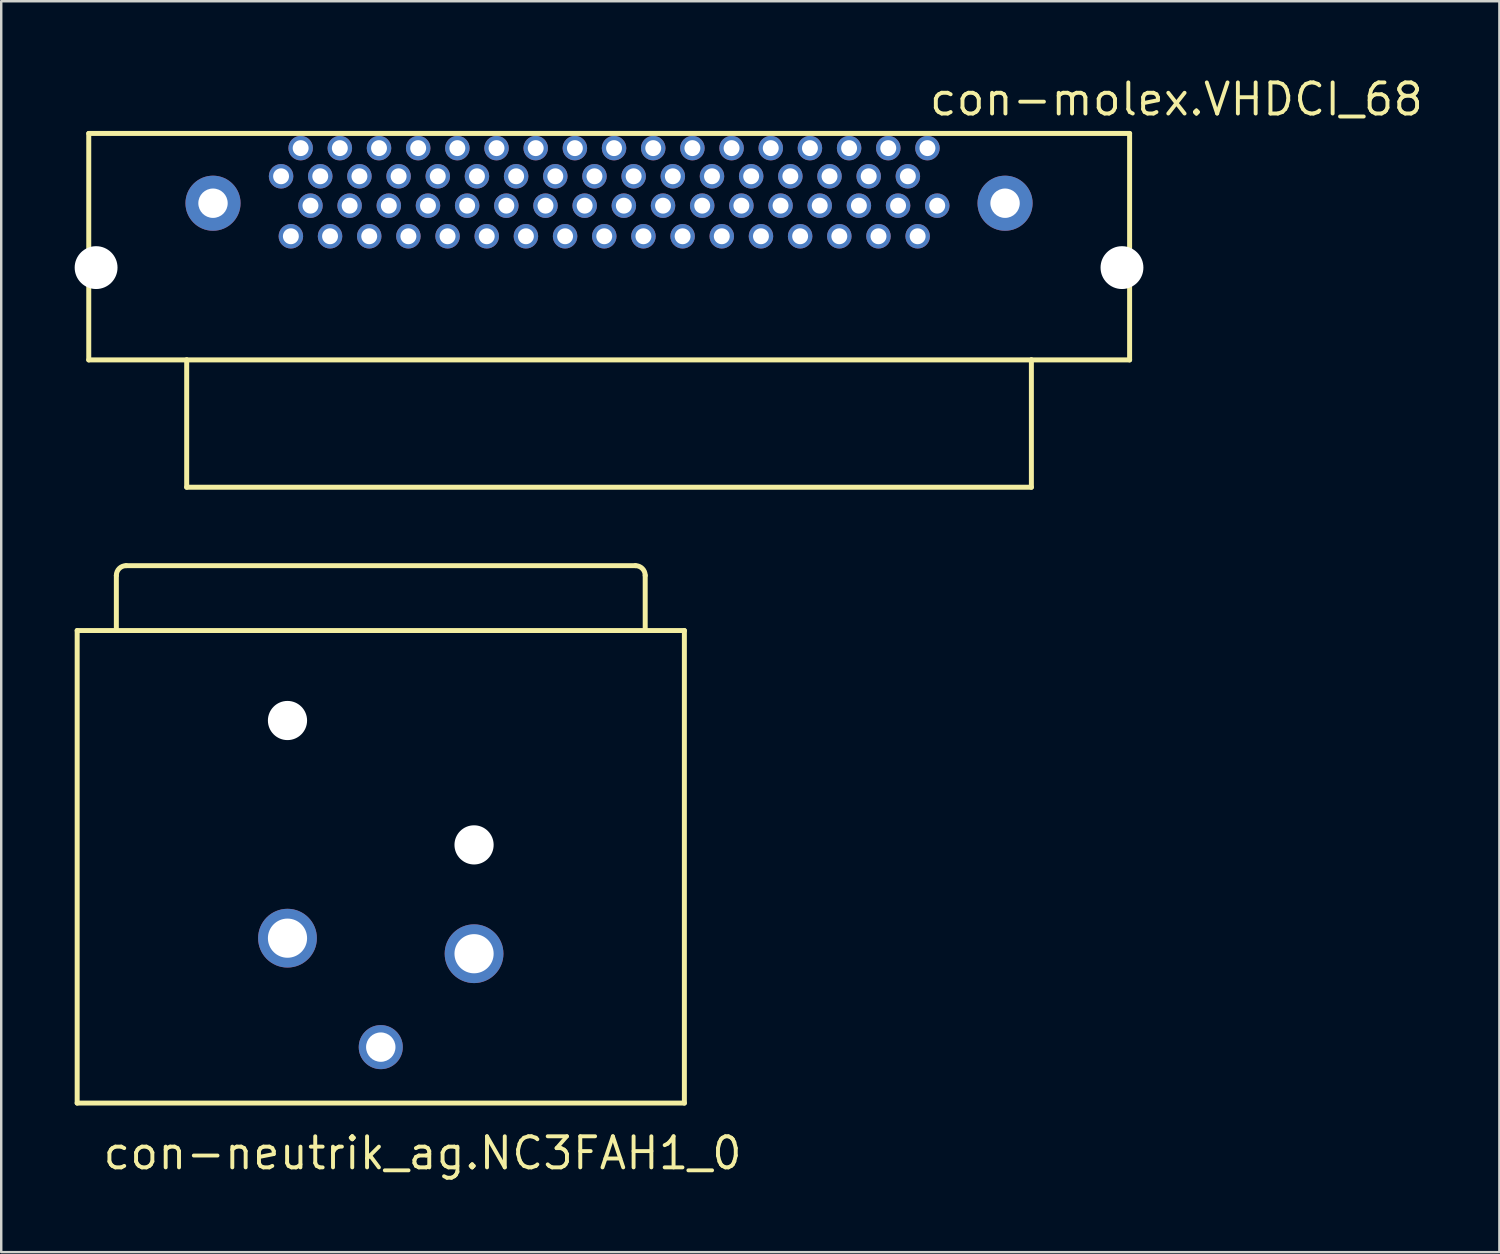
<source format=kicad_pcb>
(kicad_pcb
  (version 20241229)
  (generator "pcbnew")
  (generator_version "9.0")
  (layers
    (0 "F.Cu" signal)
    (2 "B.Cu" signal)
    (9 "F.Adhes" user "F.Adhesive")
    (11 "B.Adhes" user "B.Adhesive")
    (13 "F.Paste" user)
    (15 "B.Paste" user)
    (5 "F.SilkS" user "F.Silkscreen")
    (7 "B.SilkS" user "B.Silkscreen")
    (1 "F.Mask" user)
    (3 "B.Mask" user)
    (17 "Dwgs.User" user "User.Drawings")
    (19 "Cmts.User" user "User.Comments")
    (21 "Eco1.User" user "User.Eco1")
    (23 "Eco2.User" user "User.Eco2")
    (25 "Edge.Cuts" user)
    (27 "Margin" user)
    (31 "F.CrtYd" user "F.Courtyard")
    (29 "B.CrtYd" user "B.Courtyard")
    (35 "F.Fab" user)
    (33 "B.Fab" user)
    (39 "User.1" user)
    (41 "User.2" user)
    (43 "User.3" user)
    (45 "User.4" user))
  (footprint "con-neutrik_ag.NC3FAH1_0"
    (layer "F.Cu")
    (at 12.502 35.903)
    (property "Reference" "con-neutrik_ag.NC3FAH1_0" (at -11.43 8.89 0) (layer "F.SilkS") (effects (font (size 1.27 1.27) (thickness 0.16)) (justify left bottom)))
    (attr through_hole)
    (fp_line (start -12.4 -13.2) (end 12.4 -13.2) (stroke (width 0.203) (type default)) (layer "F.SilkS"))
    (fp_line (start -12.4 6.1) (end -12.4 -13.2) (stroke (width 0.203) (type default)) (layer "F.SilkS"))
    (fp_line (start -10.8 -13.3) (end -10.8 -15.45) (stroke (width 0.203) (type default)) (layer "F.SilkS"))
    (fp_line (start -10.4 -15.85) (end 10.4 -15.85) (stroke (width 0.203) (type default)) (layer "F.SilkS"))
    (fp_line (start 10.8 -15.45) (end 10.8 -13.3) (stroke (width 0.203) (type default)) (layer "F.SilkS"))
    (fp_line (start 12.4 -13.2) (end 12.4 6.1) (stroke (width 0.203) (type default)) (layer "F.SilkS"))
    (fp_line (start 12.4 6.1) (end -12.4 6.1) (stroke (width 0.203) (type default)) (layer "F.SilkS"))
    (fp_arc (start -10.8 -15.45) (mid -10.682843 -15.732843) (end -10.4 -15.85) (stroke (width 0.2032) (type default)) (layer "F.SilkS"))
    (fp_arc (start 10.4 -15.85) (mid 10.682843 -15.732843) (end 10.8 -15.45) (stroke (width 0.2032) (type default)) (layer "F.SilkS"))
    (pad "" np_thru_hole circle (at -3.81 -9.525) (size 1.6 1.6) (drill 1.6) (layers "*.Cu" "*.Mask"))
    (pad "" np_thru_hole circle (at 3.81 -4.445) (size 1.6 1.6) (drill 1.6) (layers "*.Cu" "*.Mask"))
    (pad "1+G" thru_hole circle (at -3.81 -0.635) (size 2.4 2.4) (drill 1.6) (layers "*.Cu" "*.Mask"))
    (pad "2" thru_hole circle (at 3.81 0) (size 2.4 2.4) (drill 1.6) (layers "*.Cu" "*.Mask"))
    (pad "3" thru_hole circle (at 0 3.815) (size 1.8 1.8) (drill 1.2) (layers "*.Cu" "*.Mask")))
  (footprint "con-molex.VHDCI_68"
    (layer "F.Cu")
    (at 21.825 5.25)
    (property "Reference" "con-molex.VHDCI_68" (at 13 -3.5 0) (layer "F.SilkS") (effects (font (size 1.27 1.27) (thickness 0.16)) (justify left bottom)))
    (attr through_hole)
    (fp_line (start -21.25 -2.85) (end -21.25 6.4) (stroke (width 0.203) (type default)) (layer "F.SilkS"))
    (fp_line (start -21.25 6.4) (end -17.25 6.4) (stroke (width 0.203) (type default)) (layer "F.SilkS"))
    (fp_line (start -17.25 6.4) (end -17.25 11.6) (stroke (width 0.203) (type default)) (layer "F.SilkS"))
    (fp_line (start -17.25 6.4) (end 17.25 6.4) (stroke (width 0.203) (type default)) (layer "F.SilkS"))
    (fp_line (start -17.25 11.6) (end 17.25 11.6) (stroke (width 0.203) (type default)) (layer "F.SilkS"))
    (fp_line (start 17.25 6.4) (end 21.262 6.4) (stroke (width 0.203) (type default)) (layer "F.SilkS"))
    (fp_line (start 17.25 11.6) (end 17.25 6.4) (stroke (width 0.203) (type default)) (layer "F.SilkS"))
    (fp_line (start 21.262 -2.85) (end -21.25 -2.85) (stroke (width 0.203) (type default)) (layer "F.SilkS"))
    (fp_line (start 21.262 6.4) (end 21.262 -2.85) (stroke (width 0.203) (type default)) (layer "F.SilkS"))
    (pad "" np_thru_hole circle (at -20.95 2.63) (size 1.75 1.75) (drill 1.75) (layers "*.Cu" "*.Mask"))
    (pad "" np_thru_hole circle (at 20.95 2.63) (size 1.75 1.75) (drill 1.75) (layers "*.Cu" "*.Mask"))
    (pad "1" thru_hole circle (at 13.005 -2.25) (size 1 1) (drill 0.65) (layers "*.Cu" "*.Mask"))
    (pad "2" thru_hole circle (at 12.205 -1.1) (size 1 1) (drill 0.65) (layers "*.Cu" "*.Mask"))
    (pad "3" thru_hole circle (at 11.405 -2.25) (size 1 1) (drill 0.65) (layers "*.Cu" "*.Mask"))
    (pad "4" thru_hole circle (at 10.605 -1.1) (size 1 1) (drill 0.65) (layers "*.Cu" "*.Mask"))
    (pad "5" thru_hole circle (at 9.805 -2.25) (size 1 1) (drill 0.65) (layers "*.Cu" "*.Mask"))
    (pad "6" thru_hole circle (at 9.005 -1.1) (size 1 1) (drill 0.65) (layers "*.Cu" "*.Mask"))
    (pad "7" thru_hole circle (at 8.205 -2.25) (size 1 1) (drill 0.65) (layers "*.Cu" "*.Mask"))
    (pad "8" thru_hole circle (at 7.405 -1.1) (size 1 1) (drill 0.65) (layers "*.Cu" "*.Mask"))
    (pad "9" thru_hole circle (at 6.605 -2.25) (size 1 1) (drill 0.65) (layers "*.Cu" "*.Mask"))
    (pad "10" thru_hole circle (at 5.805 -1.1) (size 1 1) (drill 0.65) (layers "*.Cu" "*.Mask"))
    (pad "11" thru_hole circle (at 5.005 -2.25) (size 1 1) (drill 0.65) (layers "*.Cu" "*.Mask"))
    (pad "12" thru_hole circle (at 4.205 -1.1) (size 1 1) (drill 0.65) (layers "*.Cu" "*.Mask"))
    (pad "13" thru_hole circle (at 3.405 -2.25) (size 1 1) (drill 0.65) (layers "*.Cu" "*.Mask"))
    (pad "14" thru_hole circle (at 2.605 -1.1) (size 1 1) (drill 0.65) (layers "*.Cu" "*.Mask"))
    (pad "15" thru_hole circle (at 1.805 -2.25) (size 1 1) (drill 0.65) (layers "*.Cu" "*.Mask"))
    (pad "16" thru_hole circle (at 1.005 -1.1) (size 1 1) (drill 0.65) (layers "*.Cu" "*.Mask"))
    (pad "17" thru_hole circle (at 0.205 -2.25) (size 1 1) (drill 0.65) (layers "*.Cu" "*.Mask"))
    (pad "18" thru_hole circle (at -0.595 -1.1) (size 1 1) (drill 0.65) (layers "*.Cu" "*.Mask"))
    (pad "19" thru_hole circle (at -1.395 -2.25) (size 1 1) (drill 0.65) (layers "*.Cu" "*.Mask"))
    (pad "20" thru_hole circle (at -2.195 -1.1) (size 1 1) (drill 0.65) (layers "*.Cu" "*.Mask"))
    (pad "21" thru_hole circle (at -2.995 -2.25) (size 1 1) (drill 0.65) (layers "*.Cu" "*.Mask"))
    (pad "22" thru_hole circle (at -3.795 -1.1) (size 1 1) (drill 0.65) (layers "*.Cu" "*.Mask"))
    (pad "23" thru_hole circle (at -4.595 -2.25) (size 1 1) (drill 0.65) (layers "*.Cu" "*.Mask"))
    (pad "24" thru_hole circle (at -5.395 -1.1) (size 1 1) (drill 0.65) (layers "*.Cu" "*.Mask"))
    (pad "25" thru_hole circle (at -6.195 -2.25) (size 1 1) (drill 0.65) (layers "*.Cu" "*.Mask"))
    (pad "26" thru_hole circle (at -6.995 -1.1) (size 1 1) (drill 0.65) (layers "*.Cu" "*.Mask"))
    (pad "27" thru_hole circle (at -7.795 -2.25) (size 1 1) (drill 0.65) (layers "*.Cu" "*.Mask"))
    (pad "28" thru_hole circle (at -8.595 -1.1) (size 1 1) (drill 0.65) (layers "*.Cu" "*.Mask"))
    (pad "29" thru_hole circle (at -9.395 -2.25) (size 1 1) (drill 0.65) (layers "*.Cu" "*.Mask"))
    (pad "30" thru_hole circle (at -10.195 -1.1) (size 1 1) (drill 0.65) (layers "*.Cu" "*.Mask"))
    (pad "31" thru_hole circle (at -10.995 -2.25) (size 1 1) (drill 0.65) (layers "*.Cu" "*.Mask"))
    (pad "32" thru_hole circle (at -11.795 -1.1) (size 1 1) (drill 0.65) (layers "*.Cu" "*.Mask"))
    (pad "33" thru_hole circle (at -12.595 -2.25) (size 1 1) (drill 0.65) (layers "*.Cu" "*.Mask"))
    (pad "34" thru_hole circle (at -13.395 -1.1) (size 1 1) (drill 0.65) (layers "*.Cu" "*.Mask"))
    (pad "35" thru_hole circle (at 13.405 0.1) (size 1 1) (drill 0.65) (layers "*.Cu" "*.Mask"))
    (pad "36" thru_hole circle (at 12.605 1.35) (size 1 1) (drill 0.65) (layers "*.Cu" "*.Mask"))
    (pad "37" thru_hole circle (at 11.805 0.1) (size 1 1) (drill 0.65) (layers "*.Cu" "*.Mask"))
    (pad "38" thru_hole circle (at 11.005 1.35) (size 1 1) (drill 0.65) (layers "*.Cu" "*.Mask"))
    (pad "39" thru_hole circle (at 10.205 0.1) (size 1 1) (drill 0.65) (layers "*.Cu" "*.Mask"))
    (pad "40" thru_hole circle (at 9.405 1.35) (size 1 1) (drill 0.65) (layers "*.Cu" "*.Mask"))
    (pad "41" thru_hole circle (at 8.605 0.1) (size 1 1) (drill 0.65) (layers "*.Cu" "*.Mask"))
    (pad "42" thru_hole circle (at 7.805 1.35) (size 1 1) (drill 0.65) (layers "*.Cu" "*.Mask"))
    (pad "43" thru_hole circle (at 7.005 0.1) (size 1 1) (drill 0.65) (layers "*.Cu" "*.Mask"))
    (pad "44" thru_hole circle (at 6.205 1.35) (size 1 1) (drill 0.65) (layers "*.Cu" "*.Mask"))
    (pad "45" thru_hole circle (at 5.405 0.1) (size 1 1) (drill 0.65) (layers "*.Cu" "*.Mask"))
    (pad "46" thru_hole circle (at 4.605 1.35) (size 1 1) (drill 0.65) (layers "*.Cu" "*.Mask"))
    (pad "47" thru_hole circle (at 3.805 0.1) (size 1 1) (drill 0.65) (layers "*.Cu" "*.Mask"))
    (pad "48" thru_hole circle (at 3.005 1.35) (size 1 1) (drill 0.65) (layers "*.Cu" "*.Mask"))
    (pad "49" thru_hole circle (at 2.205 0.1) (size 1 1) (drill 0.65) (layers "*.Cu" "*.Mask"))
    (pad "50" thru_hole circle (at 1.405 1.35) (size 1 1) (drill 0.65) (layers "*.Cu" "*.Mask"))
    (pad "51" thru_hole circle (at 0.605 0.1) (size 1 1) (drill 0.65) (layers "*.Cu" "*.Mask"))
    (pad "52" thru_hole circle (at -0.195 1.35) (size 1 1) (drill 0.65) (layers "*.Cu" "*.Mask"))
    (pad "53" thru_hole circle (at -0.995 0.1) (size 1 1) (drill 0.65) (layers "*.Cu" "*.Mask"))
    (pad "54" thru_hole circle (at -1.795 1.35) (size 1 1) (drill 0.65) (layers "*.Cu" "*.Mask"))
    (pad "55" thru_hole circle (at -2.595 0.1) (size 1 1) (drill 0.65) (layers "*.Cu" "*.Mask"))
    (pad "56" thru_hole circle (at -3.395 1.35) (size 1 1) (drill 0.65) (layers "*.Cu" "*.Mask"))
    (pad "57" thru_hole circle (at -4.195 0.1) (size 1 1) (drill 0.65) (layers "*.Cu" "*.Mask"))
    (pad "58" thru_hole circle (at -4.995 1.35) (size 1 1) (drill 0.65) (layers "*.Cu" "*.Mask"))
    (pad "59" thru_hole circle (at -5.795 0.1) (size 1 1) (drill 0.65) (layers "*.Cu" "*.Mask"))
    (pad "60" thru_hole circle (at -6.595 1.35) (size 1 1) (drill 0.65) (layers "*.Cu" "*.Mask"))
    (pad "61" thru_hole circle (at -7.395 0.1) (size 1 1) (drill 0.65) (layers "*.Cu" "*.Mask"))
    (pad "62" thru_hole circle (at -8.195 1.35) (size 1 1) (drill 0.65) (layers "*.Cu" "*.Mask"))
    (pad "63" thru_hole circle (at -8.995 0.1) (size 1 1) (drill 0.65) (layers "*.Cu" "*.Mask"))
    (pad "64" thru_hole circle (at -9.795 1.35) (size 1 1) (drill 0.65) (layers "*.Cu" "*.Mask"))
    (pad "65" thru_hole circle (at -10.595 0.1) (size 1 1) (drill 0.65) (layers "*.Cu" "*.Mask"))
    (pad "66" thru_hole circle (at -11.395 1.35) (size 1 1) (drill 0.65) (layers "*.Cu" "*.Mask"))
    (pad "67" thru_hole circle (at -12.195 0.1) (size 1 1) (drill 0.65) (layers "*.Cu" "*.Mask"))
    (pad "68" thru_hole circle (at -12.995 1.35) (size 1 1) (drill 0.65) (layers "*.Cu" "*.Mask"))
    (pad "M@1" thru_hole circle (at -16.175 0) (size 2.25 2.25) (drill 1.2) (layers "*.Cu" "*.Mask"))
    (pad "M@2" thru_hole circle (at 16.175 0) (size 2.25 2.25) (drill 1.2) (layers "*.Cu" "*.Mask")))
  (gr_rect
    (start -3 -3)
    (end 58.19 48.091)
    (stroke (width 0.1) (type default))
    (fill no)
    (layer "Edge.Cuts")))
</source>
